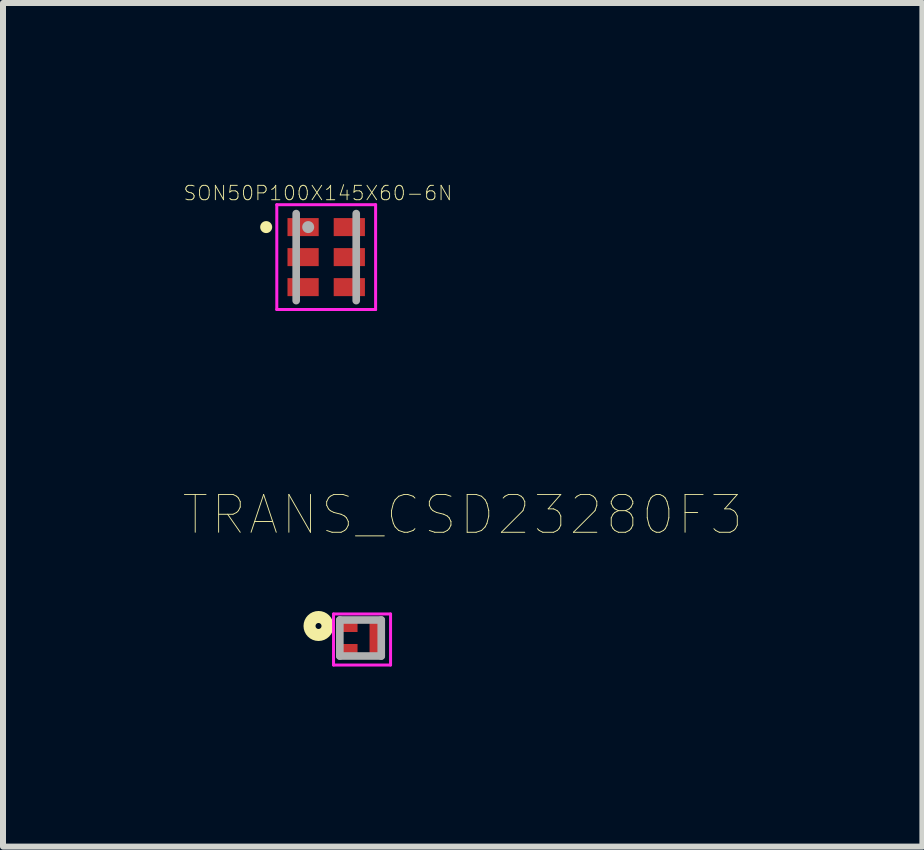
<source format=kicad_pcb>
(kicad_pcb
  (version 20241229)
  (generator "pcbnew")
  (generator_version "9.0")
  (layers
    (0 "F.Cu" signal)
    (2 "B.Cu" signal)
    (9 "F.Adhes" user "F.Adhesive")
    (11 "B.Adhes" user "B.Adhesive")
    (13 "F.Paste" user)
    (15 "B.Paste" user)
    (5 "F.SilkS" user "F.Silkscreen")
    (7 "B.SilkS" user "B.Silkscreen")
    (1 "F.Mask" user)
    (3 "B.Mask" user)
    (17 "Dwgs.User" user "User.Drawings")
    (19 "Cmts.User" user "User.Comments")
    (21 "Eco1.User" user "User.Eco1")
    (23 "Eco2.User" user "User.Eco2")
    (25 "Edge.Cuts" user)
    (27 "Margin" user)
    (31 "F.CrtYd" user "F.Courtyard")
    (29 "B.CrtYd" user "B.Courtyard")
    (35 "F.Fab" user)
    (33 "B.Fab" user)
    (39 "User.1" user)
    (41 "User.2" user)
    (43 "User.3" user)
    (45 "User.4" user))
  (footprint "SON50P100X145X60-6N"
    (layer "F.Cu")
    (at 2.384 1.233)
    (property "Reference" "SON50P100X145X60-6N" (at -0.138 -1.066 0) (layer "F.SilkS") (effects (font (size 0.24 0.24) (thickness 0.015))))
    (attr through_hole)
    (fp_circle (center -1 -0.5) (end -0.9 -0.5) (stroke (width 0) (type solid)) (fill yes) (layer "F.SilkS"))
    (fp_line (start -0.823 -0.873) (end 0.823 -0.873) (stroke (width 0.05) (type solid)) (layer "F.CrtYd"))
    (fp_line (start -0.823 0.873) (end -0.823 -0.873) (stroke (width 0.05) (type solid)) (layer "F.CrtYd"))
    (fp_line (start 0.823 -0.873) (end 0.823 0.873) (stroke (width 0.05) (type solid)) (layer "F.CrtYd"))
    (fp_line (start 0.823 0.873) (end -0.823 0.873) (stroke (width 0.05) (type solid)) (layer "F.CrtYd"))
    (fp_line (start -0.5 -0.725) (end -0.5 0.725) (stroke (width 0.127) (type solid)) (layer "F.Fab"))
    (fp_line (start 0.5 -0.725) (end 0.5 0.725) (stroke (width 0.127) (type solid)) (layer "F.Fab"))
    (fp_circle (center -0.3 -0.5) (end -0.2 -0.5) (stroke (width 0) (type solid)) (fill yes) (layer "F.Fab"))
    (pad "1" smd rect (at -0.385 -0.5) (size 0.52 0.3) (layers "F.Cu" "F.Mask" "F.Paste"))
    (pad "2" smd rect (at -0.385 0) (size 0.52 0.3) (layers "F.Cu" "F.Mask" "F.Paste"))
    (pad "3" smd rect (at -0.385 0.5) (size 0.52 0.3) (layers "F.Cu" "F.Mask" "F.Paste"))
    (pad "4" smd rect (at 0.385 0.5) (size 0.52 0.3) (layers "F.Cu" "F.Mask" "F.Paste"))
    (pad "5" smd rect (at 0.385 0) (size 0.52 0.3) (layers "F.Cu" "F.Mask" "F.Paste"))
    (pad "6" smd rect (at 0.385 -0.5) (size 0.52 0.3) (layers "F.Cu" "F.Mask" "F.Paste")))
  (footprint "TRANS_CSD23280F3"
    (layer "F.Cu")
    (at 2.956 7.578)
    (property "Reference" "TRANS_CSD23280F3" (at 1.701 -2.052 0) (layer "F.SilkS") (effects (font (size 0.63 0.63) (thickness 0.015))))
    (attr through_hole)
    (fp_poly (pts (xy -0.351 -0.3) (xy 0 -0.3) (xy 0 -0.05) (xy -0.351 -0.05)) (stroke (width 0.01) (type solid)) (fill yes) (layer "F.Mask"))
    (fp_poly (pts (xy -0.351 0.05) (xy 0 0.05) (xy 0 0.301) (xy -0.351 0.301)) (stroke (width 0.01) (type solid)) (fill yes) (layer "F.Mask"))
    (fp_poly (pts (xy 0.1 -0.3) (xy 0.35 -0.3) (xy 0.35 0.301) (xy 0.1 0.301)) (stroke (width 0.01) (type solid)) (fill yes) (layer "F.Mask"))
    (fp_circle (center -0.7 -0.2) (end -0.65 -0.2) (stroke (width 0.2) (type solid)) (fill no) (layer "F.SilkS"))
    (fp_line (start -0.45 -0.4) (end 0.5 -0.4) (stroke (width 0.05) (type solid)) (layer "F.CrtYd"))
    (fp_line (start -0.45 0.45) (end -0.45 -0.4) (stroke (width 0.05) (type solid)) (layer "F.CrtYd"))
    (fp_line (start 0.5 -0.4) (end 0.5 0.45) (stroke (width 0.05) (type solid)) (layer "F.CrtYd"))
    (fp_line (start 0.5 0.45) (end -0.45 0.45) (stroke (width 0.05) (type solid)) (layer "F.CrtYd"))
    (fp_line (start -0.345 -0.3) (end 0.345 -0.3) (stroke (width 0.127) (type solid)) (layer "F.Fab"))
    (fp_line (start -0.345 0.3) (end -0.345 -0.3) (stroke (width 0.127) (type solid)) (layer "F.Fab"))
    (fp_line (start 0.345 -0.3) (end 0.345 0.3) (stroke (width 0.127) (type solid)) (layer "F.Fab"))
    (fp_line (start 0.345 0.3) (end -0.345 0.3) (stroke (width 0.127) (type solid)) (layer "F.Fab"))
    (pad "1" smd rect (at -0.175 -0.175) (size 0.25 0.15) (layers "F.Cu" "F.Paste"))
    (pad "2" smd rect (at -0.175 0.175) (size 0.25 0.15) (layers "F.Cu" "F.Paste"))
    (pad "3" smd rect (at 0.225 0) (size 0.15 0.5) (layers "F.Cu" "F.Paste")))
  (gr_rect
    (start -3 -3)
    (end 12.316 11.053)
    (stroke (width 0.1) (type default))
    (fill no)
    (layer "Edge.Cuts")))
</source>
